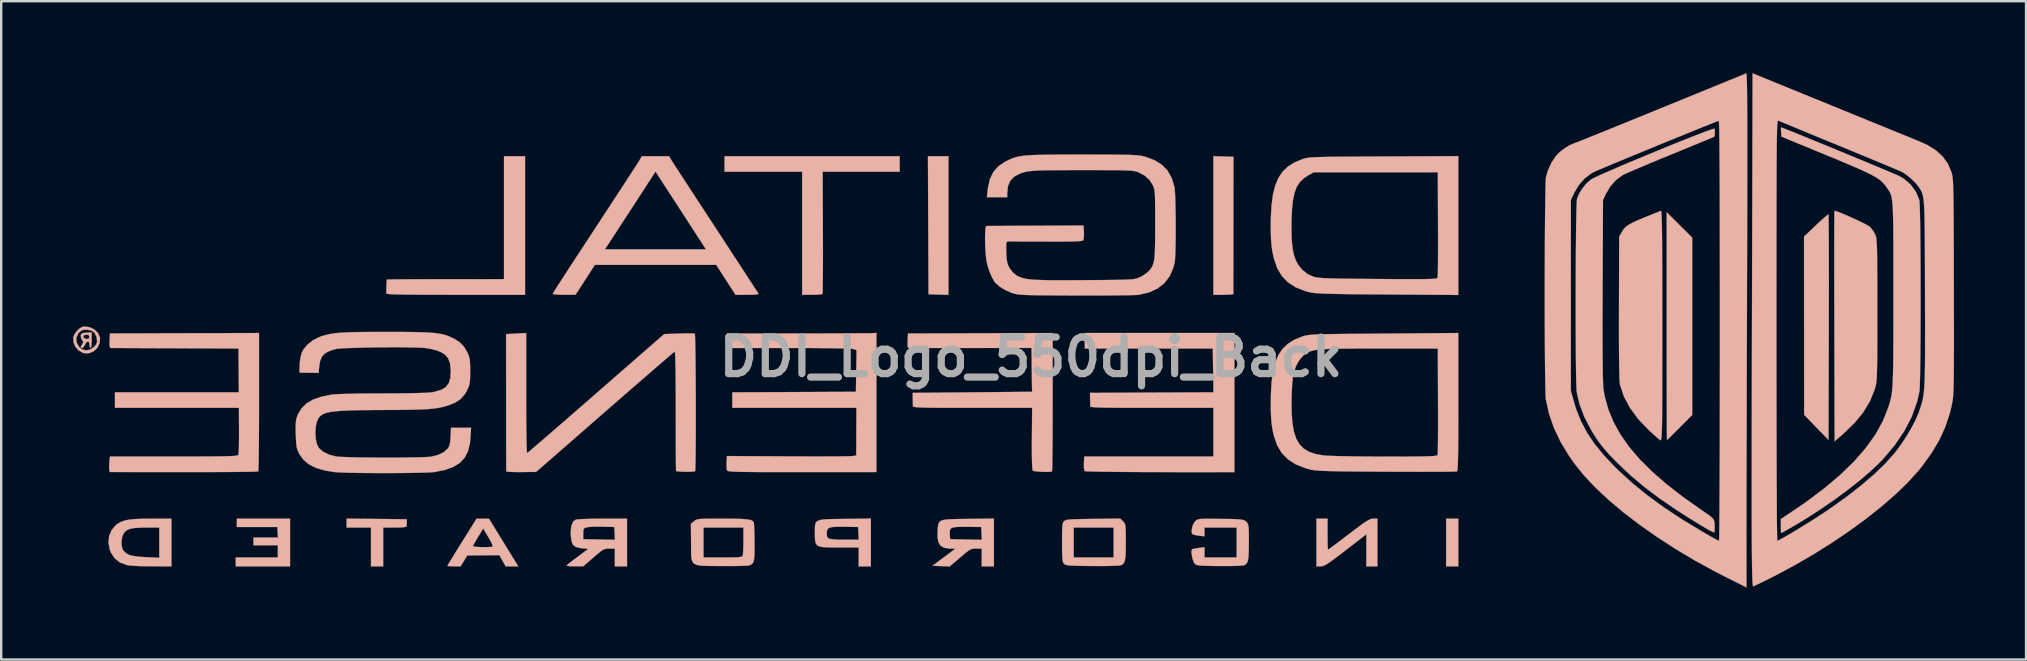
<source format=kicad_pcb>
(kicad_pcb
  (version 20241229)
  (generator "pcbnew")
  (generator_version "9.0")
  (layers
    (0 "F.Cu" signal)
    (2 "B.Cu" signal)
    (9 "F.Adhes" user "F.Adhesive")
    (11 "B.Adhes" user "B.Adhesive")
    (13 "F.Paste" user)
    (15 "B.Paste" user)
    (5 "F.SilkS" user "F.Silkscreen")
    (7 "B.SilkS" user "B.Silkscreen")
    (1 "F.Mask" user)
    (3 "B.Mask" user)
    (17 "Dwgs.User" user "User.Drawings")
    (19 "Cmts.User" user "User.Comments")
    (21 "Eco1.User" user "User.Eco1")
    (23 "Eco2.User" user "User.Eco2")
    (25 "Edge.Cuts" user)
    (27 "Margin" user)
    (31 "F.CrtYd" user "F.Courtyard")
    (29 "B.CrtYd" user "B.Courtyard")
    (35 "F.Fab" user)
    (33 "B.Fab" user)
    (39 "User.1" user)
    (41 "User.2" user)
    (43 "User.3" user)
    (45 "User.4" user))
  (footprint "DDI_Logo_550dpi_Back"
    (layer "F.Cu")
    (at 39.904 11.827)
    (property "Reference" "DDI_Logo_550dpi_Back" (at 0 0 0) (layer "F.Fab") (effects (font (size 1.524 1.524) (thickness 0.3))))
    (attr through_hole)
    (fp_poly (pts (xy 17.299 8.719) (xy 17.807 8.719) (xy 17.807 6.734) (xy 17.299 6.734) (xy 17.299 8.719)) (stroke (width 0.01) (type solid)) (fill yes) (layer "B.SilkS"))
    (fp_poly (pts (xy -4.267 -2.618) (xy -3.852 -2.605) (xy -3.437 -2.592) (xy -3.437 -8.368) (xy -4.291 -8.368) (xy -4.267 -2.618)) (stroke (width 0.01) (type solid)) (fill yes) (layer "B.SilkS"))
    (fp_poly (pts (xy -33.085 7.08) (xy -31.4 7.08) (xy -31.386 7.299) (xy -31.371 7.519) (xy -32.393 7.519) (xy -32.393 7.842) (xy -31.377 7.842) (xy -31.377 8.35) (xy -33.131 8.35) (xy -33.131 8.719) (xy -30.869 8.719) (xy -30.869 6.734) (xy -33.085 6.734) (xy -33.085 7.08)) (stroke (width 0.01) (type solid)) (fill yes) (layer "B.SilkS"))
    (fp_poly (pts (xy -28.513 7.103) (xy -27.497 7.103) (xy -27.497 8.719) (xy -26.989 8.719) (xy -26.989 7.103) (xy -26.504 7.103) (xy -26.284 7.099) (xy -26.122 7.087) (xy -26.03 7.069) (xy -26.015 7.057) (xy -26.01 6.979) (xy -26.006 6.884) (xy -26.001 6.757) (xy -27.257 6.744) (xy -28.513 6.732) (xy -28.513 7.103)) (stroke (width 0.01) (type solid)) (fill yes) (layer "B.SilkS"))
    (fp_poly (pts (xy 7.601 -2.595) (xy 8.017 -2.595) (xy 8.2 -2.599) (xy 8.342 -2.608) (xy 8.422 -2.622) (xy 8.433 -2.63) (xy 8.433 -2.681) (xy 8.433 -2.816) (xy 8.433 -3.028) (xy 8.433 -3.308) (xy 8.434 -3.649) (xy 8.434 -4.042) (xy 8.435 -4.479) (xy 8.435 -4.952) (xy 8.435 -5.454) (xy 8.435 -5.505) (xy 8.438 -8.345) (xy 8.019 -8.358) (xy 7.601 -8.371) (xy 7.601 -2.595)) (stroke (width 0.01) (type solid)) (fill yes) (layer "B.SilkS"))
    (fp_poly (pts (xy -12.765 -7.721) (xy -9.533 -7.721) (xy -9.533 -2.595) (xy -9.12 -2.595) (xy -8.934 -2.599) (xy -8.785 -2.61) (xy -8.697 -2.625) (xy -8.683 -2.634) (xy -8.679 -2.686) (xy -8.675 -2.822) (xy -8.672 -3.033) (xy -8.67 -3.311) (xy -8.668 -3.647) (xy -8.667 -4.033) (xy -8.667 -4.46) (xy -8.668 -4.92) (xy -8.669 -5.197) (xy -8.678 -7.721) (xy -7.073 -7.721) (xy -5.469 -7.721) (xy -5.469 -8.368) (xy -12.765 -8.368) (xy -12.765 -7.721)) (stroke (width 0.01) (type solid)) (fill yes) (layer "B.SilkS"))
    (fp_poly (pts (xy 26.489 -1.29) (xy 26.489 -0.636) (xy 26.49 -0.01) (xy 26.49 0.585) (xy 26.491 1.14) (xy 26.492 1.65) (xy 26.493 2.11) (xy 26.494 2.512) (xy 26.496 2.851) (xy 26.497 3.12) (xy 26.499 3.315) (xy 26.5 3.427) (xy 26.502 3.455) (xy 26.537 3.424) (xy 26.625 3.338) (xy 26.757 3.209) (xy 26.919 3.048) (xy 27.033 2.934) (xy 27.551 2.414) (xy 27.551 -4.975) (xy 27.02 -5.505) (xy 26.489 -6.034) (xy 26.489 -1.29)) (stroke (width 0.01) (type solid)) (fill yes) (layer "B.SilkS"))
    (fp_poly (pts (xy 33.188 -5.921) (xy 33.093 -5.843) (xy 32.956 -5.722) (xy 32.79 -5.57) (xy 32.707 -5.491) (xy 32.211 -5.02) (xy 32.213 -1.308) (xy 32.215 2.404) (xy 32.723 2.929) (xy 33.231 3.453) (xy 33.243 -1.238) (xy 33.244 -1.888) (xy 33.245 -2.512) (xy 33.246 -3.103) (xy 33.245 -3.655) (xy 33.245 -4.163) (xy 33.243 -4.62) (xy 33.242 -5.019) (xy 33.24 -5.355) (xy 33.237 -5.621) (xy 33.234 -5.812) (xy 33.231 -5.921) (xy 33.229 -5.945) (xy 33.188 -5.921)) (stroke (width 0.01) (type solid)) (fill yes) (layer "B.SilkS"))
    (fp_poly (pts (xy -21.955 -3.246) (xy -24.387 -3.244) (xy -24.852 -3.244) (xy -25.288 -3.243) (xy -25.687 -3.241) (xy -26.04 -3.24) (xy -26.339 -3.238) (xy -26.574 -3.235) (xy -26.739 -3.233) (xy -26.823 -3.231) (xy -26.832 -3.23) (xy -26.84 -3.181) (xy -26.848 -3.071) (xy -26.854 -2.931) (xy -26.858 -2.791) (xy -26.858 -2.683) (xy -26.856 -2.653) (xy -26.837 -2.641) (xy -26.779 -2.63) (xy -26.675 -2.621) (xy -26.521 -2.614) (xy -26.311 -2.608) (xy -26.038 -2.603) (xy -25.698 -2.6) (xy -25.285 -2.597) (xy -24.793 -2.596) (xy -24.216 -2.595) (xy -23.964 -2.595) (xy -21.078 -2.595) (xy -21.078 -8.368) (xy -21.955 -8.368) (xy -21.955 -3.246)) (stroke (width 0.01) (type solid)) (fill yes) (layer "B.SilkS"))
    (fp_poly (pts (xy 11.896 8.719) (xy 12.069 8.719) (xy 12.132 8.714) (xy 12.203 8.692) (xy 12.291 8.648) (xy 12.407 8.575) (xy 12.561 8.467) (xy 12.764 8.315) (xy 13.026 8.115) (xy 13.108 8.052) (xy 13.974 7.384) (xy 13.974 8.719) (xy 14.436 8.719) (xy 14.436 6.734) (xy 14.263 6.734) (xy 14.199 6.739) (xy 14.127 6.762) (xy 14.037 6.807) (xy 13.918 6.881) (xy 13.759 6.992) (xy 13.551 7.146) (xy 13.282 7.35) (xy 13.243 7.38) (xy 13.002 7.564) (xy 12.785 7.728) (xy 12.605 7.863) (xy 12.47 7.962) (xy 12.392 8.018) (xy 12.377 8.027) (xy 12.37 7.983) (xy 12.364 7.864) (xy 12.36 7.685) (xy 12.358 7.464) (xy 12.358 7.38) (xy 12.358 6.734) (xy 11.896 6.734) (xy 11.896 8.719)) (stroke (width 0.01) (type solid)) (fill yes) (layer "B.SilkS"))
    (fp_poly (pts (xy -23.704 7.703) (xy -23.871 7.971) (xy -24.02 8.212) (xy -24.145 8.416) (xy -24.24 8.572) (xy -24.297 8.669) (xy -24.311 8.696) (xy -24.269 8.709) (xy -24.16 8.717) (xy -24.038 8.719) (xy -23.764 8.719) (xy -23.486 8.267) (xy -22.817 8.26) (xy -22.148 8.254) (xy -21.886 8.719) (xy -21.624 8.719) (xy -21.362 8.719) (xy -21.874 7.886) (xy -22.427 7.886) (xy -22.433 7.896) (xy -22.498 7.91) (xy -22.622 7.918) (xy -22.781 7.921) (xy -22.948 7.917) (xy -23.098 7.909) (xy -23.207 7.896) (xy -23.249 7.88) (xy -23.226 7.827) (xy -23.166 7.716) (xy -23.079 7.567) (xy -23.035 7.494) (xy -22.822 7.143) (xy -22.604 7.504) (xy -22.506 7.679) (xy -22.444 7.811) (xy -22.427 7.886) (xy -21.874 7.886) (xy -22.579 6.738) (xy -22.838 6.736) (xy -23.097 6.734) (xy -23.704 7.703)) (stroke (width 0.01) (type solid)) (fill yes) (layer "B.SilkS"))
    (fp_poly (pts (xy -39.354 -1.016) (xy -39.49 -1.001) (xy -39.559 -0.971) (xy -39.586 -0.911) (xy -39.589 -0.894) (xy -39.572 -0.775) (xy -39.532 -0.706) (xy -39.484 -0.635) (xy -39.505 -0.567) (xy -39.527 -0.537) (xy -39.588 -0.436) (xy -39.577 -0.387) (xy -39.533 -0.378) (xy -39.473 -0.417) (xy -39.415 -0.51) (xy -39.412 -0.517) (xy -39.355 -0.613) (xy -39.294 -0.655) (xy -39.291 -0.656) (xy -39.242 -0.614) (xy -39.227 -0.517) (xy -39.214 -0.42) (xy -39.182 -0.378) (xy -39.181 -0.378) (xy -39.158 -0.421) (xy -39.141 -0.536) (xy -39.135 -0.702) (xy -39.135 -0.704) (xy -39.135 -0.84) (xy -39.227 -0.84) (xy -39.262 -0.767) (xy -39.348 -0.749) (xy -39.453 -0.79) (xy -39.493 -0.847) (xy -39.46 -0.902) (xy -39.367 -0.931) (xy -39.34 -0.933) (xy -39.251 -0.91) (xy -39.227 -0.84) (xy -39.135 -0.84) (xy -39.135 -1.03) (xy -39.354 -1.016)) (stroke (width 0.01) (type solid)) (fill yes) (layer "B.SilkS"))
    (fp_poly (pts (xy -39.493 -1.266) (xy -39.619 -1.209) (xy -39.747 -1.093) (xy -39.851 -0.949) (xy -39.899 -0.823) (xy -39.894 -0.62) (xy -39.815 -0.431) (xy -39.678 -0.275) (xy -39.501 -0.175) (xy -39.343 -0.148) (xy -39.209 -0.172) (xy -39.066 -0.233) (xy -39.051 -0.241) (xy -38.899 -0.383) (xy -38.806 -0.573) (xy -38.801 -0.625) (xy -38.91 -0.625) (xy -38.944 -0.53) (xy -39.033 -0.427) (xy -39.202 -0.311) (xy -39.379 -0.278) (xy -39.547 -0.33) (xy -39.662 -0.428) (xy -39.762 -0.608) (xy -39.775 -0.795) (xy -39.7 -0.972) (xy -39.67 -1.011) (xy -39.578 -1.096) (xy -39.47 -1.134) (xy -39.348 -1.14) (xy -39.149 -1.109) (xy -39.013 -1.011) (xy -38.934 -0.842) (xy -38.918 -0.757) (xy -38.91 -0.625) (xy -38.801 -0.625) (xy -38.786 -0.778) (xy -38.791 -0.815) (xy -38.869 -0.996) (xy -39.014 -1.142) (xy -39.203 -1.239) (xy -39.414 -1.272) (xy -39.493 -1.266)) (stroke (width 0.01) (type solid)) (fill yes) (layer "B.SilkS"))
    (fp_poly (pts (xy -7.753 6.743) (xy -8.125 6.747) (xy -8.415 6.753) (xy -8.633 6.766) (xy -8.789 6.79) (xy -8.893 6.83) (xy -8.957 6.891) (xy -8.989 6.978) (xy -9.001 7.096) (xy -9.002 7.25) (xy -9.001 7.34) (xy -9 7.533) (xy -8.988 7.679) (xy -8.955 7.784) (xy -8.888 7.856) (xy -8.777 7.9) (xy -8.61 7.923) (xy -8.376 7.933) (xy -8.064 7.934) (xy -7.98 7.934) (xy -7.177 7.934) (xy -7.177 8.719) (xy -6.669 8.719) (xy -6.669 7.611) (xy -7.173 7.611) (xy -7.767 7.611) (xy -8.06 7.607) (xy -8.267 7.594) (xy -8.396 7.572) (xy -8.442 7.551) (xy -8.499 7.473) (xy -8.51 7.339) (xy -8.508 7.312) (xy -8.493 7.219) (xy -8.457 7.152) (xy -8.385 7.108) (xy -8.266 7.082) (xy -8.086 7.071) (xy -7.832 7.07) (xy -7.718 7.072) (xy -7.2 7.08) (xy -7.187 7.345) (xy -7.173 7.611) (xy -6.669 7.611) (xy -6.669 6.729) (xy -7.753 6.743)) (stroke (width 0.01) (type solid)) (fill yes) (layer "B.SilkS"))
    (fp_poly (pts (xy 2.244 -0.679) (xy 2.244 -0.355) (xy 7.578 -0.355) (xy 7.59 0.556) (xy 7.603 1.468) (xy 5.033 1.48) (xy 2.462 1.492) (xy 2.465 1.734) (xy 2.468 1.886) (xy 2.47 2.006) (xy 2.472 2.046) (xy 2.481 2.061) (xy 2.512 2.074) (xy 2.573 2.085) (xy 2.669 2.093) (xy 2.807 2.1) (xy 2.996 2.105) (xy 3.241 2.109) (xy 3.549 2.112) (xy 3.927 2.114) (xy 4.383 2.115) (xy 4.923 2.115) (xy 5.038 2.115) (xy 7.601 2.115) (xy 7.601 4.143) (xy 4.911 4.143) (xy 2.221 4.143) (xy 2.207 4.429) (xy 2.207 4.62) (xy 2.231 4.728) (xy 2.252 4.753) (xy 2.307 4.759) (xy 2.447 4.765) (xy 2.663 4.771) (xy 2.949 4.776) (xy 3.296 4.781) (xy 3.697 4.785) (xy 4.143 4.788) (xy 4.628 4.791) (xy 5.142 4.792) (xy 5.395 4.793) (xy 8.478 4.796) (xy 8.478 1.897) (xy 8.478 -1.002) (xy 2.244 -1.002) (xy 2.244 -0.679)) (stroke (width 0.01) (type solid)) (fill yes) (layer "B.SilkS"))
    (fp_poly (pts (xy -37.04 6.737) (xy -37.346 6.751) (xy -37.587 6.776) (xy -37.776 6.815) (xy -37.928 6.871) (xy -38.056 6.946) (xy -38.123 6.998) (xy -38.302 7.206) (xy -38.407 7.456) (xy -38.434 7.733) (xy -38.382 8.02) (xy -38.33 8.151) (xy -38.172 8.389) (xy -37.95 8.562) (xy -37.663 8.668) (xy -37.657 8.67) (xy -37.542 8.685) (xy -37.355 8.699) (xy -37.116 8.71) (xy -36.844 8.716) (xy -36.63 8.718) (xy -35.81 8.719) (xy -35.81 7.103) (xy -36.318 7.103) (xy -36.318 8.362) (xy -36.861 8.338) (xy -37.139 8.32) (xy -37.369 8.292) (xy -37.534 8.257) (xy -37.573 8.244) (xy -37.706 8.167) (xy -37.809 8.07) (xy -37.819 8.056) (xy -37.878 7.9) (xy -37.893 7.701) (xy -37.864 7.5) (xy -37.82 7.382) (xy -37.747 7.275) (xy -37.645 7.198) (xy -37.5 7.147) (xy -37.298 7.117) (xy -37.025 7.104) (xy -36.874 7.103) (xy -36.318 7.103) (xy -35.81 7.103) (xy -35.81 6.734) (xy -36.656 6.734) (xy -37.04 6.737)) (stroke (width 0.01) (type solid)) (fill yes) (layer "B.SilkS"))
    (fp_poly (pts (xy -2.627 6.743) (xy -2.995 6.747) (xy -3.281 6.754) (xy -3.496 6.766) (xy -3.65 6.788) (xy -3.754 6.824) (xy -3.819 6.878) (xy -3.856 6.954) (xy -3.874 7.056) (xy -3.884 7.189) (xy -3.887 7.231) (xy -3.891 7.514) (xy -3.852 7.722) (xy -3.762 7.862) (xy -3.617 7.945) (xy -3.408 7.979) (xy -3.329 7.98) (xy -3.143 7.98) (xy -3.622 8.338) (xy -4.101 8.696) (xy -3.744 8.71) (xy -3.386 8.723) (xy -2.954 8.352) (xy -2.771 8.196) (xy -2.64 8.092) (xy -2.543 8.028) (xy -2.46 7.995) (xy -2.375 7.982) (xy -2.287 7.98) (xy -2.051 7.98) (xy -2.051 8.719) (xy -1.543 8.719) (xy -1.543 7.614) (xy -2.046 7.614) (xy -2.707 7.601) (xy -3.367 7.588) (xy -3.381 7.368) (xy -3.383 7.257) (xy -3.363 7.177) (xy -3.308 7.123) (xy -3.207 7.091) (xy -3.046 7.076) (xy -2.814 7.072) (xy -2.627 7.073) (xy -2.074 7.08) (xy -2.06 7.347) (xy -2.046 7.614) (xy -1.543 7.614) (xy -1.543 6.729) (xy -2.627 6.743)) (stroke (width 0.01) (type solid)) (fill yes) (layer "B.SilkS"))
    (fp_poly (pts (xy -18.146 6.735) (xy -18.423 6.741) (xy -18.66 6.749) (xy -18.841 6.76) (xy -18.95 6.772) (xy -18.969 6.777) (xy -19.079 6.867) (xy -19.148 7.035) (xy -19.175 7.275) (xy -19.169 7.456) (xy -19.14 7.674) (xy -19.081 7.818) (xy -18.977 7.905) (xy -18.811 7.953) (xy -18.708 7.966) (xy -18.447 7.993) (xy -18.873 8.313) (xy -19.047 8.443) (xy -19.194 8.556) (xy -19.299 8.639) (xy -19.344 8.676) (xy -19.326 8.698) (xy -19.223 8.713) (xy -19.043 8.718) (xy -19.021 8.718) (xy -18.653 8.718) (xy -18.229 8.349) (xy -18.049 8.194) (xy -17.919 8.09) (xy -17.822 8.026) (xy -17.74 7.994) (xy -17.655 7.982) (xy -17.571 7.98) (xy -17.337 7.98) (xy -17.337 8.719) (xy -16.829 8.719) (xy -16.829 7.614) (xy -17.333 7.614) (xy -17.993 7.601) (xy -18.653 7.588) (xy -18.653 7.36) (xy -18.649 7.223) (xy -18.627 7.15) (xy -18.569 7.112) (xy -18.502 7.093) (xy -18.393 7.078) (xy -18.219 7.068) (xy -18.007 7.065) (xy -17.856 7.067) (xy -17.36 7.08) (xy -17.346 7.347) (xy -17.333 7.614) (xy -16.829 7.614) (xy -16.829 6.734) (xy -17.842 6.734) (xy -18.146 6.735)) (stroke (width 0.01) (type solid)) (fill yes) (layer "B.SilkS"))
    (fp_poly (pts (xy 33.478 -6.089) (xy 33.476 -6.042) (xy 33.474 -5.908) (xy 33.473 -5.695) (xy 33.472 -5.407) (xy 33.471 -5.051) (xy 33.47 -4.633) (xy 33.47 -4.16) (xy 33.47 -3.637) (xy 33.471 -3.07) (xy 33.472 -2.466) (xy 33.473 -1.83) (xy 33.474 -1.282) (xy 33.486 3.509) (xy 33.855 3.188) (xy 34.309 2.751) (xy 34.675 2.305) (xy 34.954 1.844) (xy 35.15 1.365) (xy 35.194 1.212) (xy 35.209 1.145) (xy 35.222 1.061) (xy 35.233 0.953) (xy 35.242 0.815) (xy 35.249 0.638) (xy 35.254 0.415) (xy 35.259 0.14) (xy 35.262 -0.194) (xy 35.263 -0.595) (xy 35.264 -1.07) (xy 35.264 -1.627) (xy 35.264 -1.99) (xy 35.264 -2.585) (xy 35.263 -3.095) (xy 35.261 -3.526) (xy 35.259 -3.887) (xy 35.256 -4.183) (xy 35.252 -4.423) (xy 35.246 -4.613) (xy 35.239 -4.761) (xy 35.23 -4.874) (xy 35.22 -4.958) (xy 35.207 -5.021) (xy 35.192 -5.07) (xy 35.176 -5.108) (xy 35.088 -5.261) (xy 34.978 -5.402) (xy 34.954 -5.426) (xy 34.88 -5.475) (xy 34.746 -5.548) (xy 34.567 -5.638) (xy 34.361 -5.735) (xy 34.143 -5.834) (xy 33.932 -5.927) (xy 33.744 -6.005) (xy 33.594 -6.062) (xy 33.501 -6.09) (xy 33.478 -6.089)) (stroke (width 0.01) (type solid)) (fill yes) (layer "B.SilkS"))
    (fp_poly (pts (xy 2.592 6.743) (xy 2.236 6.748) (xy 1.961 6.753) (xy 1.755 6.76) (xy 1.607 6.77) (xy 1.506 6.783) (xy 1.44 6.801) (xy 1.398 6.823) (xy 1.379 6.839) (xy 1.349 6.879) (xy 1.327 6.937) (xy 1.313 7.028) (xy 1.303 7.165) (xy 1.299 7.363) (xy 1.297 7.635) (xy 1.297 7.727) (xy 1.298 8.022) (xy 1.302 8.24) (xy 1.31 8.392) (xy 1.323 8.495) (xy 1.342 8.561) (xy 1.37 8.604) (xy 1.379 8.614) (xy 1.414 8.64) (xy 1.465 8.661) (xy 1.544 8.676) (xy 1.664 8.687) (xy 1.836 8.695) (xy 2.071 8.7) (xy 2.381 8.704) (xy 2.557 8.706) (xy 2.871 8.707) (xy 3.159 8.705) (xy 3.406 8.699) (xy 3.597 8.691) (xy 3.719 8.681) (xy 3.753 8.674) (xy 3.823 8.635) (xy 3.875 8.576) (xy 3.911 8.485) (xy 3.934 8.347) (xy 3.947 8.15) (xy 3.952 7.88) (xy 3.953 7.704) (xy 3.952 7.426) (xy 3.949 7.225) (xy 3.943 7.103) (xy 3.445 7.103) (xy 3.445 8.35) (xy 1.782 8.35) (xy 1.782 7.103) (xy 3.445 7.103) (xy 3.943 7.103) (xy 3.942 7.086) (xy 3.929 6.993) (xy 3.906 6.93) (xy 3.874 6.883) (xy 3.837 6.845) (xy 3.721 6.729) (xy 2.592 6.743)) (stroke (width 0.01) (type solid)) (fill yes) (layer "B.SilkS"))
    (fp_poly (pts (xy -6.542 -0.998) (xy -6.605 -0.996) (xy -6.753 -0.994) (xy -6.977 -0.992) (xy -7.269 -0.99) (xy -7.622 -0.988) (xy -8.026 -0.987) (xy -8.476 -0.985) (xy -8.961 -0.984) (xy -9.475 -0.983) (xy -9.66 -0.983) (xy -12.673 -0.979) (xy -12.673 -0.378) (xy -10.09 -0.378) (xy -9.505 -0.378) (xy -8.982 -0.375) (xy -8.524 -0.371) (xy -8.137 -0.366) (xy -7.824 -0.359) (xy -7.591 -0.351) (xy -7.443 -0.341) (xy -7.385 -0.332) (xy -7.264 -0.286) (xy -7.278 0.58) (xy -7.293 1.446) (xy -9.867 1.458) (xy -12.442 1.47) (xy -12.442 2.115) (xy -7.271 2.115) (xy -7.275 3.107) (xy -7.279 4.099) (xy -7.424 4.125) (xy -7.497 4.13) (xy -7.653 4.133) (xy -7.884 4.137) (xy -8.179 4.139) (xy -8.532 4.14) (xy -8.932 4.141) (xy -9.37 4.14) (xy -9.838 4.139) (xy -10.118 4.138) (xy -12.666 4.124) (xy -12.681 4.393) (xy -12.683 4.551) (xy -12.673 4.677) (xy -12.659 4.729) (xy -12.641 4.742) (xy -12.598 4.753) (xy -12.525 4.763) (xy -12.415 4.771) (xy -12.262 4.778) (xy -12.06 4.783) (xy -11.802 4.787) (xy -11.483 4.79) (xy -11.095 4.792) (xy -10.633 4.793) (xy -10.091 4.793) (xy -9.53 4.793) (xy -6.438 4.791) (xy -6.438 -1.01) (xy -6.542 -0.998)) (stroke (width 0.01) (type solid)) (fill yes) (layer "B.SilkS"))
    (fp_poly (pts (xy 25.854 -5.935) (xy 25.538 -5.807) (xy 25.289 -5.702) (xy 25.096 -5.614) (xy 24.951 -5.539) (xy 24.844 -5.471) (xy 24.764 -5.405) (xy 24.702 -5.335) (xy 24.648 -5.256) (xy 24.617 -5.204) (xy 24.509 -5.02) (xy 24.501 -2.041) (xy 24.5 -1.341) (xy 24.5 -0.731) (xy 24.503 -0.21) (xy 24.507 0.225) (xy 24.512 0.575) (xy 24.52 0.843) (xy 24.53 1.031) (xy 24.541 1.141) (xy 24.544 1.154) (xy 24.703 1.634) (xy 24.953 2.106) (xy 25.29 2.567) (xy 25.712 3.013) (xy 25.714 3.015) (xy 25.883 3.172) (xy 26.035 3.307) (xy 26.152 3.408) (xy 26.22 3.459) (xy 26.222 3.46) (xy 26.235 3.464) (xy 26.247 3.458) (xy 26.257 3.436) (xy 26.266 3.394) (xy 26.274 3.325) (xy 26.281 3.226) (xy 26.286 3.091) (xy 26.291 2.915) (xy 26.295 2.692) (xy 26.298 2.417) (xy 26.3 2.086) (xy 26.302 1.693) (xy 26.303 1.233) (xy 26.304 0.7) (xy 26.304 0.091) (xy 26.305 -0.602) (xy 26.305 -1.305) (xy 26.304 -2.104) (xy 26.304 -2.814) (xy 26.303 -3.441) (xy 26.301 -3.989) (xy 26.299 -4.462) (xy 26.296 -4.865) (xy 26.292 -5.201) (xy 26.288 -5.477) (xy 26.283 -5.696) (xy 26.277 -5.862) (xy 26.27 -5.979) (xy 26.262 -6.053) (xy 26.253 -6.088) (xy 26.247 -6.092) (xy 25.854 -5.935)) (stroke (width 0.01) (type solid)) (fill yes) (layer "B.SilkS"))
    (fp_poly (pts (xy 7.191 6.738) (xy 7.067 6.745) (xy 6.983 6.758) (xy 6.925 6.777) (xy 6.882 6.805) (xy 6.848 6.835) (xy 6.772 6.942) (xy 6.719 7.088) (xy 6.695 7.238) (xy 6.71 7.354) (xy 6.718 7.369) (xy 6.777 7.398) (xy 6.896 7.427) (xy 6.989 7.44) (xy 7.231 7.468) (xy 7.231 7.103) (xy 8.571 7.103) (xy 8.571 8.35) (xy 7.231 8.35) (xy 7.231 7.922) (xy 6.992 7.954) (xy 6.849 7.976) (xy 6.745 7.998) (xy 6.715 8.009) (xy 6.691 8.071) (xy 6.694 8.189) (xy 6.717 8.334) (xy 6.756 8.474) (xy 6.803 8.58) (xy 6.822 8.604) (xy 6.858 8.635) (xy 6.906 8.659) (xy 6.979 8.676) (xy 7.091 8.688) (xy 7.253 8.696) (xy 7.479 8.701) (xy 7.783 8.706) (xy 7.845 8.706) (xy 8.135 8.707) (xy 8.399 8.704) (xy 8.62 8.698) (xy 8.784 8.688) (xy 8.873 8.676) (xy 8.879 8.674) (xy 8.95 8.635) (xy 9.002 8.576) (xy 9.038 8.483) (xy 9.061 8.344) (xy 9.073 8.146) (xy 9.078 7.875) (xy 9.079 7.712) (xy 9.08 7.417) (xy 9.077 7.19) (xy 9.059 7.021) (xy 9.015 6.903) (xy 8.935 6.825) (xy 8.808 6.779) (xy 8.624 6.757) (xy 8.372 6.748) (xy 8.041 6.744) (xy 7.934 6.743) (xy 7.611 6.738) (xy 7.368 6.736) (xy 7.191 6.738)) (stroke (width 0.01) (type solid)) (fill yes) (layer "B.SilkS"))
    (fp_poly (pts (xy -13.197 6.734) (xy -13.456 6.735) (xy -13.648 6.739) (xy -13.784 6.747) (xy -13.879 6.759) (xy -13.944 6.777) (xy -13.991 6.802) (xy -14.033 6.836) (xy -14.041 6.842) (xy -14.167 6.95) (xy -14.16 7.728) (xy -14.16 8.015) (xy -14.157 8.239) (xy -14.141 8.408) (xy -14.102 8.53) (xy -14.03 8.612) (xy -13.915 8.663) (xy -13.747 8.69) (xy -13.515 8.701) (xy -13.21 8.704) (xy -12.891 8.706) (xy -12.581 8.707) (xy -12.297 8.705) (xy -12.055 8.7) (xy -11.869 8.693) (xy -11.753 8.683) (xy -11.725 8.677) (xy -11.649 8.639) (xy -11.594 8.591) (xy -11.556 8.518) (xy -11.532 8.406) (xy -11.52 8.242) (xy -11.515 8.012) (xy -11.516 7.729) (xy -11.519 7.468) (xy -11.525 7.236) (xy -11.531 7.103) (xy -11.98 7.103) (xy -11.98 7.653) (xy -11.982 7.875) (xy -11.989 8.068) (xy -11.998 8.209) (xy -12.008 8.277) (xy -12.03 8.304) (xy -12.079 8.323) (xy -12.168 8.336) (xy -12.311 8.345) (xy -12.52 8.349) (xy -12.806 8.35) (xy -12.839 8.35) (xy -13.643 8.35) (xy -13.643 7.103) (xy -11.98 7.103) (xy -11.531 7.103) (xy -11.533 7.051) (xy -11.543 6.929) (xy -11.549 6.892) (xy -11.579 6.844) (xy -11.635 6.806) (xy -11.726 6.778) (xy -11.864 6.758) (xy -12.058 6.745) (xy -12.319 6.737) (xy -12.656 6.734) (xy -12.858 6.734) (xy -13.197 6.734)) (stroke (width 0.01) (type solid)) (fill yes) (layer "B.SilkS"))
    (fp_poly (pts (xy -35.267 -0.993) (xy -38.373 -0.984) (xy -38.387 -0.681) (xy -38.391 -0.517) (xy -38.383 -0.426) (xy -38.357 -0.386) (xy -38.317 -0.378) (xy -38.257 -0.378) (xy -38.113 -0.378) (xy -37.893 -0.377) (xy -37.607 -0.375) (xy -37.263 -0.374) (xy -36.869 -0.372) (xy -36.435 -0.37) (xy -35.968 -0.368) (xy -35.625 -0.367) (xy -33.016 -0.355) (xy -33.003 1.469) (xy -38.165 1.469) (xy -38.165 2.115) (xy -32.999 2.115) (xy -32.995 3.055) (xy -32.995 3.344) (xy -32.997 3.605) (xy -33.002 3.821) (xy -33.009 3.979) (xy -33.017 4.063) (xy -33.019 4.069) (xy -33.032 4.085) (xy -33.062 4.098) (xy -33.116 4.109) (xy -33.201 4.119) (xy -33.324 4.126) (xy -33.492 4.132) (xy -33.712 4.136) (xy -33.991 4.139) (xy -34.336 4.142) (xy -34.754 4.143) (xy -35.252 4.144) (xy -35.71 4.144) (xy -38.373 4.144) (xy -38.396 4.342) (xy -38.407 4.499) (xy -38.405 4.64) (xy -38.403 4.665) (xy -38.386 4.79) (xy -35.306 4.793) (xy -34.78 4.793) (xy -34.283 4.792) (xy -33.82 4.79) (xy -33.399 4.788) (xy -33.029 4.785) (xy -32.717 4.781) (xy -32.471 4.777) (xy -32.298 4.772) (xy -32.206 4.767) (xy -32.193 4.764) (xy -32.188 4.713) (xy -32.182 4.578) (xy -32.178 4.367) (xy -32.173 4.087) (xy -32.169 3.747) (xy -32.166 3.354) (xy -32.164 2.916) (xy -32.162 2.442) (xy -32.162 1.939) (xy -32.162 1.865) (xy -32.162 -1.002) (xy -35.267 -0.993)) (stroke (width 0.01) (type solid)) (fill yes) (layer "B.SilkS"))
    (fp_poly (pts (xy -2.109 -0.992) (xy -5.122 -0.982) (xy -5.136 -0.68) (xy -5.141 -0.518) (xy -5.134 -0.428) (xy -5.109 -0.388) (xy -5.059 -0.378) (xy -5.043 -0.378) (xy -4.978 -0.378) (xy -4.829 -0.378) (xy -4.606 -0.378) (xy -4.317 -0.378) (xy -3.972 -0.378) (xy -3.578 -0.378) (xy -3.146 -0.378) (xy -2.684 -0.378) (xy -2.455 -0.378) (xy 0.027 -0.38) (xy 0.034 0.417) (xy 0.037 0.688) (xy 0.039 0.933) (xy 0.042 1.135) (xy 0.044 1.275) (xy 0.046 1.33) (xy 0.05 1.446) (xy -4.927 1.492) (xy -4.924 1.734) (xy -4.921 1.886) (xy -4.919 2.006) (xy -4.917 2.046) (xy -4.908 2.061) (xy -4.876 2.074) (xy -4.816 2.085) (xy -4.719 2.094) (xy -4.579 2.101) (xy -4.388 2.106) (xy -4.141 2.11) (xy -3.829 2.113) (xy -3.446 2.114) (xy -2.984 2.115) (xy -2.438 2.115) (xy -2.432 2.115) (xy 0.05 2.115) (xy 0.04 3.394) (xy 0.038 3.778) (xy 0.04 4.109) (xy 0.046 4.377) (xy 0.054 4.575) (xy 0.065 4.694) (xy 0.074 4.726) (xy 0.137 4.749) (xy 0.263 4.768) (xy 0.426 4.78) (xy 0.597 4.785) (xy 0.748 4.783) (xy 0.851 4.77) (xy 0.878 4.759) (xy 0.883 4.709) (xy 0.887 4.575) (xy 0.891 4.365) (xy 0.895 4.086) (xy 0.898 3.746) (xy 0.901 3.354) (xy 0.903 2.917) (xy 0.904 2.443) (xy 0.905 1.94) (xy 0.905 1.865) (xy 0.905 -1.002) (xy -2.109 -0.992)) (stroke (width 0.01) (type solid)) (fill yes) (layer "B.SilkS"))
    (fp_poly (pts (xy -16.301 -8.213) (xy -16.324 -8.175) (xy -16.362 -8.114) (xy -16.418 -8.026) (xy -16.494 -7.908) (xy -16.593 -7.755) (xy -16.717 -7.564) (xy -16.869 -7.33) (xy -17.053 -7.049) (xy -17.269 -6.718) (xy -17.521 -6.332) (xy -17.812 -5.888) (xy -18.144 -5.381) (xy -18.519 -4.807) (xy -18.941 -4.163) (xy -19.257 -3.68) (xy -19.435 -3.407) (xy -19.595 -3.16) (xy -19.731 -2.947) (xy -19.835 -2.781) (xy -19.901 -2.672) (xy -19.923 -2.63) (xy -19.88 -2.615) (xy -19.764 -2.604) (xy -19.595 -2.597) (xy -19.45 -2.595) (xy -18.977 -2.596) (xy -18.877 -2.746) (xy -18.813 -2.844) (xy -18.713 -2.998) (xy -18.591 -3.187) (xy -18.474 -3.369) (xy -18.17 -3.842) (xy -15.641 -3.841) (xy -13.112 -3.84) (xy -12.71 -3.218) (xy -12.308 -2.595) (xy -11.818 -2.595) (xy -11.594 -2.598) (xy -11.45 -2.606) (xy -11.376 -2.621) (xy -11.359 -2.646) (xy -11.362 -2.653) (xy -11.398 -2.71) (xy -11.475 -2.83) (xy -11.584 -2.997) (xy -11.714 -3.197) (xy -11.788 -3.311) (xy -12.118 -3.816) (xy -12.456 -4.334) (xy -12.557 -4.489) (xy -13.54 -4.489) (xy -17.749 -4.489) (xy -17.005 -5.632) (xy -16.797 -5.951) (xy -16.588 -6.271) (xy -16.39 -6.577) (xy -16.211 -6.852) (xy -16.061 -7.082) (xy -15.953 -7.25) (xy -15.951 -7.252) (xy -15.642 -7.729) (xy -14.657 -6.213) (xy -14.437 -5.874) (xy -14.231 -5.555) (xy -14.044 -5.268) (xy -13.883 -5.019) (xy -13.753 -4.819) (xy -13.66 -4.676) (xy -13.611 -4.599) (xy -13.606 -4.593) (xy -13.54 -4.489) (xy -12.557 -4.489) (xy -12.794 -4.852) (xy -13.124 -5.357) (xy -13.437 -5.835) (xy -13.724 -6.275) (xy -13.979 -6.663) (xy -14.188 -6.982) (xy -14.361 -7.247) (xy -14.529 -7.505) (xy -14.681 -7.739) (xy -14.807 -7.933) (xy -14.894 -8.069) (xy -14.9 -8.079) (xy -15.083 -8.368) (xy -16.211 -8.368) (xy -16.301 -8.213)) (stroke (width 0.01) (type solid)) (fill yes) (layer "B.SilkS"))
    (fp_poly (pts (xy -21.868 -0.956) (xy -21.866 1.884) (xy -21.866 2.388) (xy -21.865 2.865) (xy -21.865 3.306) (xy -21.865 3.704) (xy -21.864 4.05) (xy -21.864 4.337) (xy -21.864 4.556) (xy -21.864 4.7) (xy -21.864 4.76) (xy -21.864 4.761) (xy -21.82 4.774) (xy -21.701 4.784) (xy -21.523 4.79) (xy -21.304 4.792) (xy -21.24 4.791) (xy -20.617 4.785) (xy -17.75 2.284) (xy -17.309 1.899) (xy -16.888 1.533) (xy -16.491 1.188) (xy -16.125 0.87) (xy -15.794 0.584) (xy -15.504 0.333) (xy -15.259 0.122) (xy -15.066 -0.043) (xy -14.929 -0.16) (xy -14.854 -0.222) (xy -14.84 -0.232) (xy -14.831 -0.19) (xy -14.822 -0.061) (xy -14.815 0.15) (xy -14.809 0.439) (xy -14.804 0.8) (xy -14.8 1.228) (xy -14.798 1.719) (xy -14.797 2.25) (xy -14.797 2.721) (xy -14.796 3.163) (xy -14.796 3.567) (xy -14.794 3.926) (xy -14.793 4.231) (xy -14.791 4.473) (xy -14.789 4.645) (xy -14.787 4.737) (xy -14.786 4.751) (xy -14.679 4.766) (xy -14.528 4.776) (xy -14.358 4.78) (xy -14.195 4.778) (xy -14.066 4.771) (xy -13.997 4.758) (xy -13.993 4.754) (xy -13.986 4.698) (xy -13.98 4.56) (xy -13.975 4.349) (xy -13.971 4.076) (xy -13.968 3.75) (xy -13.966 3.381) (xy -13.964 2.978) (xy -13.964 2.551) (xy -13.964 2.109) (xy -13.965 1.663) (xy -13.967 1.221) (xy -13.97 0.795) (xy -13.973 0.392) (xy -13.977 0.023) (xy -13.982 -0.302) (xy -13.987 -0.574) (xy -13.993 -0.784) (xy -13.999 -0.921) (xy -14.007 -0.975) (xy -14.007 -0.976) (xy -14.066 -0.984) (xy -14.2 -0.987) (xy -14.388 -0.986) (xy -14.614 -0.981) (xy -14.666 -0.979) (xy -15.282 -0.956) (xy -18.115 1.515) (xy -18.553 1.897) (xy -18.972 2.261) (xy -19.365 2.604) (xy -19.729 2.919) (xy -20.057 3.203) (xy -20.344 3.451) (xy -20.585 3.659) (xy -20.774 3.821) (xy -20.908 3.934) (xy -20.979 3.993) (xy -20.99 4.001) (xy -20.999 3.959) (xy -21.007 3.831) (xy -21.014 3.623) (xy -21.02 3.34) (xy -21.025 2.989) (xy -21.028 2.575) (xy -21.031 2.105) (xy -21.032 1.585) (xy -21.032 1.507) (xy -21.032 -1.002) (xy -21.868 -0.956)) (stroke (width 0.01) (type solid)) (fill yes) (layer "B.SilkS"))
    (fp_poly (pts (xy 14.701 -8.358) (xy 14.089 -8.355) (xy 13.562 -8.352) (xy 13.114 -8.349) (xy 12.736 -8.346) (xy 12.422 -8.342) (xy 12.165 -8.337) (xy 11.958 -8.331) (xy 11.792 -8.324) (xy 11.663 -8.315) (xy 11.561 -8.305) (xy 11.481 -8.292) (xy 11.415 -8.278) (xy 11.355 -8.261) (xy 11.307 -8.245) (xy 10.983 -8.11) (xy 10.712 -7.941) (xy 10.49 -7.729) (xy 10.314 -7.468) (xy 10.18 -7.151) (xy 10.084 -6.77) (xy 10.024 -6.318) (xy 9.996 -5.787) (xy 9.992 -5.526) (xy 9.995 -5.156) (xy 10.007 -4.855) (xy 10.03 -4.599) (xy 10.066 -4.365) (xy 10.118 -4.129) (xy 10.125 -4.099) (xy 10.261 -3.704) (xy 10.457 -3.375) (xy 10.715 -3.108) (xy 11.042 -2.9) (xy 11.442 -2.745) (xy 11.611 -2.701) (xy 11.688 -2.685) (xy 11.784 -2.672) (xy 11.906 -2.661) (xy 12.063 -2.651) (xy 12.261 -2.642) (xy 12.506 -2.635) (xy 12.807 -2.629) (xy 13.17 -2.623) (xy 13.602 -2.618) (xy 14.111 -2.613) (xy 14.703 -2.609) (xy 14.863 -2.608) (xy 17.807 -2.588) (xy 17.807 -4.683) (xy 16.963 -4.683) (xy 16.962 -4.307) (xy 16.96 -3.976) (xy 16.957 -3.701) (xy 16.953 -3.491) (xy 16.948 -3.355) (xy 16.944 -3.304) (xy 16.929 -3.289) (xy 16.892 -3.276) (xy 16.827 -3.266) (xy 16.726 -3.258) (xy 16.581 -3.252) (xy 16.387 -3.248) (xy 16.135 -3.246) (xy 15.818 -3.246) (xy 15.43 -3.247) (xy 14.964 -3.249) (xy 14.464 -3.253) (xy 13.918 -3.257) (xy 13.456 -3.261) (xy 13.071 -3.266) (xy 12.754 -3.271) (xy 12.497 -3.277) (xy 12.292 -3.284) (xy 12.131 -3.293) (xy 12.006 -3.304) (xy 11.909 -3.317) (xy 11.832 -3.332) (xy 11.767 -3.35) (xy 11.757 -3.353) (xy 11.532 -3.455) (xy 11.328 -3.617) (xy 11.29 -3.656) (xy 11.151 -3.823) (xy 11.042 -4.014) (xy 10.96 -4.241) (xy 10.903 -4.514) (xy 10.868 -4.844) (xy 10.854 -5.243) (xy 10.857 -5.712) (xy 10.877 -6.168) (xy 10.918 -6.543) (xy 10.983 -6.848) (xy 11.076 -7.093) (xy 11.202 -7.289) (xy 11.363 -7.446) (xy 11.526 -7.555) (xy 11.78 -7.698) (xy 16.953 -7.698) (xy 16.961 -5.536) (xy 16.963 -5.096) (xy 16.963 -4.683) (xy 17.807 -4.683) (xy 17.807 -8.373) (xy 14.701 -8.358)) (stroke (width 0.01) (type solid)) (fill yes) (layer "B.SilkS"))
    (fp_poly (pts (xy 28.432 -9.508) (xy 28.309 -9.468) (xy 28.119 -9.399) (xy 27.871 -9.305) (xy 27.573 -9.19) (xy 27.236 -9.057) (xy 26.868 -8.909) (xy 26.478 -8.751) (xy 26.076 -8.586) (xy 25.669 -8.418) (xy 25.267 -8.251) (xy 24.879 -8.088) (xy 24.515 -7.934) (xy 24.182 -7.79) (xy 23.89 -7.663) (xy 23.649 -7.554) (xy 23.466 -7.469) (xy 23.352 -7.409) (xy 23.326 -7.393) (xy 23.134 -7.221) (xy 22.958 -7.002) (xy 22.821 -6.769) (xy 22.754 -6.59) (xy 22.745 -6.508) (xy 22.737 -6.342) (xy 22.729 -6.101) (xy 22.722 -5.793) (xy 22.716 -5.427) (xy 22.711 -5.01) (xy 22.707 -4.553) (xy 22.703 -4.062) (xy 22.701 -3.548) (xy 22.699 -3.017) (xy 22.698 -2.479) (xy 22.698 -1.943) (xy 22.698 -1.416) (xy 22.7 -0.907) (xy 22.703 -0.425) (xy 22.706 0.021) (xy 22.71 0.424) (xy 22.716 0.775) (xy 22.722 1.065) (xy 22.729 1.286) (xy 22.738 1.429) (xy 22.742 1.47) (xy 22.863 1.979) (xy 23.055 2.487) (xy 23.327 3.011) (xy 23.339 3.032) (xy 23.509 3.311) (xy 23.677 3.557) (xy 23.86 3.792) (xy 24.073 4.035) (xy 24.335 4.309) (xy 24.453 4.428) (xy 24.982 4.928) (xy 25.558 5.412) (xy 26.192 5.89) (xy 26.897 6.372) (xy 27.459 6.729) (xy 27.774 6.923) (xy 28.019 7.071) (xy 28.203 7.179) (xy 28.333 7.251) (xy 28.417 7.29) (xy 28.463 7.303) (xy 28.48 7.292) (xy 28.481 7.29) (xy 28.485 7.209) (xy 28.487 7.126) (xy 28.486 6.979) (xy 28.478 6.87) (xy 28.449 6.783) (xy 28.39 6.704) (xy 28.289 6.617) (xy 28.134 6.507) (xy 27.926 6.365) (xy 27.156 5.821) (xy 26.474 5.291) (xy 25.877 4.77) (xy 25.361 4.256) (xy 24.925 3.745) (xy 24.565 3.232) (xy 24.277 2.715) (xy 24.06 2.19) (xy 23.91 1.654) (xy 23.859 1.376) (xy 23.848 1.274) (xy 23.839 1.111) (xy 23.831 0.886) (xy 23.825 0.594) (xy 23.821 0.232) (xy 23.818 -0.204) (xy 23.816 -0.718) (xy 23.816 -1.314) (xy 23.817 -1.994) (xy 23.819 -2.757) (xy 23.834 -6.544) (xy 23.957 -6.806) (xy 24.139 -7.11) (xy 24.375 -7.375) (xy 24.642 -7.575) (xy 24.675 -7.593) (xy 24.765 -7.636) (xy 24.931 -7.71) (xy 25.161 -7.809) (xy 25.446 -7.93) (xy 25.775 -8.068) (xy 26.137 -8.219) (xy 26.522 -8.377) (xy 26.674 -8.44) (xy 27.055 -8.596) (xy 27.409 -8.741) (xy 27.727 -8.872) (xy 28 -8.985) (xy 28.219 -9.075) (xy 28.374 -9.14) (xy 28.457 -9.176) (xy 28.469 -9.181) (xy 28.489 -9.239) (xy 28.498 -9.344) (xy 28.495 -9.452) (xy 28.48 -9.515) (xy 28.432 -9.508)) (stroke (width 0.01) (type solid)) (fill yes) (layer "B.SilkS"))
    (fp_poly (pts (xy 31.25 -9.528) (xy 31.252 -9.425) (xy 31.255 -9.377) (xy 31.269 -9.185) (xy 33.155 -8.408) (xy 33.654 -8.202) (xy 34.074 -8.025) (xy 34.423 -7.875) (xy 34.711 -7.746) (xy 34.944 -7.634) (xy 35.13 -7.536) (xy 35.277 -7.446) (xy 35.393 -7.362) (xy 35.486 -7.279) (xy 35.564 -7.192) (xy 35.633 -7.098) (xy 35.636 -7.094) (xy 35.688 -7.02) (xy 35.733 -6.955) (xy 35.773 -6.893) (xy 35.806 -6.826) (xy 35.835 -6.75) (xy 35.859 -6.657) (xy 35.879 -6.541) (xy 35.895 -6.397) (xy 35.908 -6.218) (xy 35.917 -5.997) (xy 35.924 -5.73) (xy 35.929 -5.408) (xy 35.932 -5.027) (xy 35.933 -4.579) (xy 35.934 -4.059) (xy 35.934 -3.461) (xy 35.933 -2.777) (xy 35.933 -2.618) (xy 35.933 -1.915) (xy 35.933 -1.297) (xy 35.932 -0.758) (xy 35.931 -0.291) (xy 35.928 0.109) (xy 35.923 0.45) (xy 35.917 0.739) (xy 35.909 0.982) (xy 35.899 1.185) (xy 35.885 1.356) (xy 35.869 1.501) (xy 35.85 1.626) (xy 35.826 1.738) (xy 35.799 1.844) (xy 35.768 1.951) (xy 35.732 2.065) (xy 35.716 2.115) (xy 35.494 2.673) (xy 35.184 3.231) (xy 34.784 3.79) (xy 34.296 4.35) (xy 33.717 4.912) (xy 33.047 5.477) (xy 32.287 6.046) (xy 31.789 6.387) (xy 31.246 6.748) (xy 31.246 7.041) (xy 31.248 7.192) (xy 31.253 7.297) (xy 31.259 7.334) (xy 31.301 7.312) (xy 31.408 7.252) (xy 31.564 7.164) (xy 31.754 7.054) (xy 31.79 7.033) (xy 32.358 6.691) (xy 32.926 6.323) (xy 33.481 5.94) (xy 34.01 5.55) (xy 34.502 5.163) (xy 34.942 4.789) (xy 35.319 4.438) (xy 35.506 4.245) (xy 35.993 3.666) (xy 36.389 3.082) (xy 36.696 2.488) (xy 36.915 1.882) (xy 37.017 1.446) (xy 37.027 1.349) (xy 37.035 1.169) (xy 37.042 0.916) (xy 37.049 0.597) (xy 37.054 0.222) (xy 37.059 -0.201) (xy 37.062 -0.663) (xy 37.065 -1.157) (xy 37.067 -1.674) (xy 37.068 -2.204) (xy 37.067 -2.739) (xy 37.066 -3.272) (xy 37.065 -3.793) (xy 37.062 -4.294) (xy 37.058 -4.766) (xy 37.053 -5.2) (xy 37.048 -5.589) (xy 37.042 -5.924) (xy 37.034 -6.196) (xy 37.026 -6.396) (xy 37.017 -6.517) (xy 37.013 -6.543) (xy 36.876 -6.879) (xy 36.661 -7.177) (xy 36.381 -7.422) (xy 36.195 -7.533) (xy 36.118 -7.568) (xy 35.967 -7.633) (xy 35.754 -7.724) (xy 35.486 -7.837) (xy 35.173 -7.968) (xy 34.825 -8.113) (xy 34.45 -8.268) (xy 34.059 -8.43) (xy 33.66 -8.595) (xy 33.262 -8.759) (xy 32.876 -8.917) (xy 32.51 -9.067) (xy 32.173 -9.205) (xy 31.875 -9.326) (xy 31.625 -9.426) (xy 31.433 -9.503) (xy 31.307 -9.552) (xy 31.257 -9.569) (xy 31.25 -9.528)) (stroke (width 0.01) (type solid)) (fill yes) (layer "B.SilkS"))
    (fp_poly (pts (xy 14.701 -0.978) (xy 14.09 -0.973) (xy 13.563 -0.969) (xy 13.115 -0.965) (xy 12.737 -0.96) (xy 12.424 -0.955) (xy 12.166 -0.95) (xy 11.959 -0.944) (xy 11.793 -0.936) (xy 11.663 -0.927) (xy 11.561 -0.916) (xy 11.48 -0.903) (xy 11.412 -0.888) (xy 11.351 -0.871) (xy 11.293 -0.852) (xy 10.975 -0.721) (xy 10.708 -0.555) (xy 10.489 -0.348) (xy 10.315 -0.093) (xy 10.182 0.218) (xy 10.088 0.593) (xy 10.027 1.038) (xy 9.998 1.561) (xy 9.993 1.866) (xy 9.996 2.233) (xy 10.007 2.531) (xy 10.029 2.783) (xy 10.064 3.013) (xy 10.114 3.245) (xy 10.125 3.29) (xy 10.259 3.677) (xy 10.451 3.999) (xy 10.708 4.262) (xy 11.033 4.47) (xy 11.433 4.628) (xy 11.653 4.688) (xy 11.73 4.703) (xy 11.824 4.717) (xy 11.944 4.728) (xy 12.095 4.738) (xy 12.286 4.746) (xy 12.523 4.753) (xy 12.815 4.759) (xy 13.168 4.764) (xy 13.59 4.768) (xy 14.087 4.772) (xy 14.668 4.775) (xy 14.828 4.776) (xy 15.335 4.778) (xy 15.815 4.779) (xy 16.26 4.78) (xy 16.663 4.779) (xy 17.014 4.778) (xy 17.306 4.776) (xy 17.531 4.773) (xy 17.681 4.77) (xy 17.747 4.766) (xy 17.749 4.765) (xy 17.762 4.741) (xy 17.772 4.678) (xy 17.781 4.568) (xy 17.788 4.408) (xy 17.794 4.19) (xy 17.799 3.911) (xy 17.803 3.563) (xy 17.805 3.141) (xy 17.806 2.687) (xy 16.963 2.687) (xy 16.962 3.066) (xy 16.96 3.398) (xy 16.957 3.676) (xy 16.954 3.888) (xy 16.95 4.027) (xy 16.945 4.082) (xy 16.927 4.097) (xy 16.883 4.11) (xy 16.804 4.121) (xy 16.682 4.129) (xy 16.512 4.136) (xy 16.285 4.141) (xy 15.994 4.144) (xy 15.631 4.146) (xy 15.19 4.147) (xy 14.766 4.147) (xy 14.312 4.146) (xy 13.872 4.143) (xy 13.459 4.138) (xy 13.084 4.132) (xy 12.757 4.125) (xy 12.492 4.117) (xy 12.298 4.108) (xy 12.205 4.1) (xy 11.874 4.044) (xy 11.597 3.952) (xy 11.371 3.819) (xy 11.191 3.637) (xy 11.053 3.401) (xy 10.955 3.103) (xy 10.892 2.736) (xy 10.861 2.294) (xy 10.858 1.77) (xy 10.859 1.7) (xy 10.869 1.397) (xy 10.886 1.118) (xy 10.908 0.882) (xy 10.932 0.711) (xy 10.94 0.677) (xy 11.04 0.383) (xy 11.182 0.128) (xy 11.351 -0.066) (xy 11.425 -0.123) (xy 11.503 -0.172) (xy 11.58 -0.213) (xy 11.665 -0.248) (xy 11.765 -0.276) (xy 11.889 -0.299) (xy 12.044 -0.317) (xy 12.238 -0.331) (xy 12.48 -0.341) (xy 12.776 -0.348) (xy 13.135 -0.352) (xy 13.565 -0.354) (xy 14.073 -0.355) (xy 14.505 -0.355) (xy 16.953 -0.355) (xy 16.961 1.83) (xy 16.963 2.272) (xy 16.963 2.687) (xy 17.806 2.687) (xy 17.806 2.64) (xy 17.807 2.053) (xy 17.807 1.869) (xy 17.807 -1.002) (xy 14.701 -0.978)) (stroke (width 0.01) (type solid)) (fill yes) (layer "B.SilkS"))
    (fp_poly (pts (xy 29.803 -11.818) (xy 29.725 -11.786) (xy 29.571 -11.723) (xy 29.349 -11.632) (xy 29.069 -11.518) (xy 28.738 -11.383) (xy 28.367 -11.231) (xy 27.964 -11.067) (xy 27.538 -10.893) (xy 27.098 -10.714) (xy 26.654 -10.532) (xy 26.213 -10.353) (xy 25.785 -10.178) (xy 25.378 -10.012) (xy 25.003 -9.859) (xy 24.667 -9.723) (xy 24.38 -9.606) (xy 24.296 -9.571) (xy 23.933 -9.424) (xy 23.594 -9.287) (xy 23.288 -9.164) (xy 23.027 -9.059) (xy 22.82 -8.977) (xy 22.679 -8.922) (xy 22.613 -8.898) (xy 22.432 -8.819) (xy 22.227 -8.691) (xy 22.031 -8.538) (xy 21.893 -8.401) (xy 21.691 -8.106) (xy 21.535 -7.761) (xy 21.461 -7.502) (xy 21.453 -7.416) (xy 21.445 -7.245) (xy 21.438 -6.998) (xy 21.432 -6.683) (xy 21.427 -6.307) (xy 21.422 -5.878) (xy 21.418 -5.405) (xy 21.414 -4.895) (xy 21.412 -4.356) (xy 21.41 -3.797) (xy 21.408 -3.224) (xy 21.408 -2.646) (xy 21.408 -2.072) (xy 21.409 -1.508) (xy 21.411 -0.963) (xy 21.414 -0.446) (xy 21.417 0.038) (xy 21.421 0.478) (xy 21.426 0.868) (xy 21.432 1.199) (xy 21.438 1.464) (xy 21.446 1.654) (xy 21.454 1.762) (xy 21.455 1.769) (xy 21.587 2.365) (xy 21.788 2.945) (xy 22.062 3.522) (xy 22.416 4.108) (xy 22.65 4.443) (xy 23.041 4.929) (xy 23.514 5.432) (xy 24.062 5.945) (xy 24.678 6.464) (xy 25.355 6.982) (xy 26.085 7.495) (xy 26.86 7.997) (xy 27.674 8.482) (xy 28.519 8.944) (xy 28.972 9.176) (xy 29.814 9.597) (xy 29.811 8.108) (xy 29.811 7.91) (xy 29.811 7.625) (xy 29.811 7.259) (xy 29.812 6.816) (xy 29.812 6.303) (xy 29.813 5.724) (xy 29.815 5.085) (xy 29.816 4.391) (xy 29.818 3.647) (xy 29.82 2.86) (xy 29.822 2.034) (xy 29.824 1.174) (xy 29.826 0.287) (xy 29.829 -0.624) (xy 29.83 -1.094) (xy 28.706 -1.094) (xy 28.706 -0.202) (xy 28.705 0.664) (xy 28.704 1.502) (xy 28.703 2.305) (xy 28.701 3.07) (xy 28.7 3.791) (xy 28.697 4.466) (xy 28.695 5.088) (xy 28.692 5.654) (xy 28.689 6.159) (xy 28.686 6.598) (xy 28.683 6.968) (xy 28.679 7.263) (xy 28.676 7.479) (xy 28.672 7.612) (xy 28.668 7.657) (xy 28.618 7.635) (xy 28.501 7.574) (xy 28.334 7.482) (xy 28.131 7.366) (xy 27.987 7.283) (xy 27.147 6.776) (xy 26.388 6.275) (xy 25.7 5.774) (xy 25.072 5.264) (xy 24.493 4.739) (xy 24.338 4.586) (xy 23.872 4.094) (xy 23.485 3.62) (xy 23.169 3.15) (xy 22.916 2.672) (xy 22.717 2.173) (xy 22.622 1.861) (xy 22.495 1.4) (xy 22.495 -2.572) (xy 22.495 -6.544) (xy 22.647 -6.867) (xy 22.836 -7.18) (xy 23.08 -7.452) (xy 23.358 -7.66) (xy 23.465 -7.717) (xy 23.562 -7.76) (xy 23.729 -7.831) (xy 23.958 -7.928) (xy 24.24 -8.045) (xy 24.566 -8.181) (xy 24.926 -8.33) (xy 25.311 -8.489) (xy 25.714 -8.654) (xy 26.123 -8.823) (xy 26.532 -8.99) (xy 26.929 -9.152) (xy 27.307 -9.306) (xy 27.656 -9.448) (xy 27.967 -9.574) (xy 28.231 -9.68) (xy 28.44 -9.763) (xy 28.583 -9.819) (xy 28.653 -9.845) (xy 28.657 -9.846) (xy 28.664 -9.81) (xy 28.67 -9.701) (xy 28.676 -9.517) (xy 28.681 -9.258) (xy 28.685 -8.921) (xy 28.689 -8.506) (xy 28.693 -8.011) (xy 28.696 -7.435) (xy 28.699 -6.776) (xy 28.701 -6.032) (xy 28.703 -5.203) (xy 28.704 -4.288) (xy 28.705 -3.284) (xy 28.706 -2.19) (xy 28.706 -1.094) (xy 29.83 -1.094) (xy 29.831 -1.551) (xy 29.834 -2.49) (xy 29.834 -2.612) (xy 29.837 -3.733) (xy 29.84 -4.765) (xy 29.842 -5.711) (xy 29.844 -6.575) (xy 29.845 -7.359) (xy 29.846 -8.067) (xy 29.846 -8.703) (xy 29.846 -9.268) (xy 29.845 -9.767) (xy 29.843 -10.203) (xy 29.841 -10.579) (xy 29.839 -10.898) (xy 29.835 -11.164) (xy 29.832 -11.38) (xy 29.827 -11.548) (xy 29.822 -11.673) (xy 29.816 -11.757) (xy 29.81 -11.805) (xy 29.803 -11.818) (xy 29.803 -11.818)) (stroke (width 0.01) (type solid)) (fill yes) (layer "B.SilkS"))
    (fp_poly (pts (xy -27.398 -1.047) (xy -27.84 -1.044) (xy -28.209 -1.038) (xy -28.517 -1.028) (xy -28.773 -1.013) (xy -28.987 -0.993) (xy -29.169 -0.967) (xy -29.329 -0.934) (xy -29.478 -0.892) (xy -29.626 -0.843) (xy -29.664 -0.828) (xy -29.913 -0.702) (xy -30.136 -0.525) (xy -30.308 -0.321) (xy -30.385 -0.173) (xy -30.427 -0.018) (xy -30.458 0.181) (xy -30.468 0.337) (xy -30.476 0.648) (xy -30.077 0.654) (xy -29.679 0.661) (xy -29.655 0.403) (xy -29.615 0.157) (xy -29.537 -0.025) (xy -29.406 -0.16) (xy -29.209 -0.261) (xy -28.973 -0.335) (xy -28.869 -0.349) (xy -28.686 -0.363) (xy -28.437 -0.375) (xy -28.136 -0.385) (xy -27.796 -0.394) (xy -27.429 -0.4) (xy -27.05 -0.405) (xy -26.671 -0.407) (xy -26.307 -0.407) (xy -25.969 -0.404) (xy -25.672 -0.399) (xy -25.429 -0.391) (xy -25.253 -0.379) (xy -25.214 -0.375) (xy -24.994 -0.337) (xy -24.773 -0.281) (xy -24.601 -0.218) (xy -24.41 -0.102) (xy -24.281 0.053) (xy -24.205 0.259) (xy -24.174 0.533) (xy -24.173 0.607) (xy -24.193 0.887) (xy -24.261 1.099) (xy -24.386 1.256) (xy -24.58 1.369) (xy -24.851 1.448) (xy -24.933 1.465) (xy -25.055 1.478) (xy -25.263 1.49) (xy -25.548 1.5) (xy -25.902 1.507) (xy -26.318 1.512) (xy -26.788 1.515) (xy -27 1.515) (xy -27.441 1.516) (xy -27.856 1.52) (xy -28.233 1.526) (xy -28.561 1.534) (xy -28.83 1.543) (xy -29.026 1.554) (xy -29.128 1.564) (xy -29.555 1.649) (xy -29.903 1.769) (xy -30.178 1.928) (xy -30.387 2.131) (xy -30.538 2.383) (xy -30.569 2.458) (xy -30.605 2.571) (xy -30.626 2.7) (xy -30.635 2.866) (xy -30.634 3.091) (xy -30.63 3.234) (xy -30.62 3.479) (xy -30.606 3.655) (xy -30.586 3.785) (xy -30.552 3.891) (xy -30.503 3.997) (xy -30.476 4.048) (xy -30.304 4.286) (xy -30.072 4.477) (xy -29.773 4.624) (xy -29.4 4.73) (xy -29.037 4.79) (xy -28.889 4.802) (xy -28.665 4.812) (xy -28.376 4.82) (xy -28.038 4.826) (xy -27.663 4.831) (xy -27.264 4.833) (xy -26.856 4.834) (xy -26.45 4.832) (xy -26.06 4.829) (xy -25.7 4.824) (xy -25.383 4.817) (xy -25.122 4.808) (xy -24.931 4.798) (xy -24.844 4.789) (xy -24.416 4.703) (xy -24.068 4.578) (xy -23.796 4.41) (xy -23.593 4.192) (xy -23.454 3.921) (xy -23.374 3.589) (xy -23.352 3.366) (xy -23.328 2.947) (xy -24.162 2.947) (xy -24.179 3.313) (xy -24.196 3.529) (xy -24.226 3.677) (xy -24.275 3.783) (xy -24.29 3.806) (xy -24.466 3.966) (xy -24.718 4.084) (xy -24.986 4.149) (xy -25.106 4.161) (xy -25.305 4.17) (xy -25.569 4.178) (xy -25.886 4.183) (xy -26.241 4.187) (xy -26.622 4.189) (xy -27.014 4.189) (xy -27.405 4.187) (xy -27.781 4.183) (xy -28.129 4.178) (xy -28.435 4.17) (xy -28.686 4.161) (xy -28.868 4.151) (xy -28.951 4.141) (xy -29.23 4.07) (xy -29.469 3.957) (xy -29.646 3.815) (xy -29.676 3.777) (xy -29.755 3.611) (xy -29.801 3.389) (xy -29.815 3.139) (xy -29.797 2.891) (xy -29.748 2.675) (xy -29.677 2.534) (xy -29.617 2.464) (xy -29.542 2.405) (xy -29.446 2.355) (xy -29.322 2.314) (xy -29.16 2.282) (xy -28.954 2.256) (xy -28.695 2.237) (xy -28.377 2.223) (xy -27.99 2.214) (xy -27.529 2.208) (xy -26.984 2.205) (xy -26.879 2.204) (xy -26.374 2.202) (xy -25.95 2.197) (xy -25.596 2.189) (xy -25.303 2.178) (xy -25.059 2.162) (xy -24.854 2.141) (xy -24.677 2.115) (xy -24.516 2.082) (xy -24.363 2.041) (xy -24.308 2.025) (xy -23.998 1.904) (xy -23.761 1.747) (xy -23.582 1.541) (xy -23.496 1.391) (xy -23.438 1.266) (xy -23.4 1.157) (xy -23.378 1.037) (xy -23.367 0.882) (xy -23.364 0.668) (xy -23.364 0.591) (xy -23.367 0.346) (xy -23.376 0.169) (xy -23.397 0.035) (xy -23.432 -0.08) (xy -23.47 -0.171) (xy -23.612 -0.42) (xy -23.789 -0.609) (xy -24.027 -0.762) (xy -24.096 -0.796) (xy -24.226 -0.855) (xy -24.355 -0.904) (xy -24.494 -0.944) (xy -24.652 -0.976) (xy -24.839 -1.001) (xy -25.064 -1.019) (xy -25.337 -1.032) (xy -25.668 -1.041) (xy -26.065 -1.046) (xy -26.54 -1.048) (xy -26.874 -1.048) (xy -27.398 -1.047)) (stroke (width 0.01) (type solid)) (fill yes) (layer "B.SilkS"))
    (fp_poly (pts (xy 1.566 -8.437) (xy 1.087 -8.435) (xy 0.684 -8.432) (xy 0.346 -8.425) (xy 0.066 -8.415) (xy -0.164 -8.401) (xy -0.355 -8.381) (xy -0.514 -8.355) (xy -0.651 -8.321) (xy -0.773 -8.28) (xy -0.889 -8.23) (xy -1.009 -8.171) (xy -1.097 -8.125) (xy -1.366 -7.942) (xy -1.567 -7.71) (xy -1.706 -7.422) (xy -1.789 -7.067) (xy -1.803 -6.955) (xy -1.833 -6.659) (xy -0.989 -6.659) (xy -0.989 -6.827) (xy -0.957 -7.118) (xy -0.86 -7.349) (xy -0.691 -7.524) (xy -0.447 -7.651) (xy -0.254 -7.708) (xy -0.16 -7.728) (xy -0.058 -7.744) (xy 0.062 -7.757) (xy 0.21 -7.768) (xy 0.394 -7.776) (xy 0.625 -7.782) (xy 0.91 -7.786) (xy 1.26 -7.788) (xy 1.685 -7.79) (xy 2.175 -7.79) (xy 2.673 -7.79) (xy 3.087 -7.789) (xy 3.426 -7.787) (xy 3.699 -7.784) (xy 3.915 -7.779) (xy 4.082 -7.772) (xy 4.209 -7.762) (xy 4.304 -7.75) (xy 4.377 -7.735) (xy 4.436 -7.717) (xy 4.457 -7.709) (xy 4.736 -7.564) (xy 4.941 -7.378) (xy 5.068 -7.18) (xy 5.098 -7.116) (xy 5.122 -7.053) (xy 5.141 -6.982) (xy 5.155 -6.889) (xy 5.164 -6.765) (xy 5.171 -6.599) (xy 5.174 -6.379) (xy 5.176 -6.094) (xy 5.176 -5.733) (xy 5.176 -5.528) (xy 5.176 -5.092) (xy 5.173 -4.738) (xy 5.166 -4.454) (xy 5.154 -4.232) (xy 5.136 -4.058) (xy 5.11 -3.925) (xy 5.074 -3.819) (xy 5.028 -3.731) (xy 4.969 -3.651) (xy 4.918 -3.59) (xy 4.797 -3.482) (xy 4.635 -3.376) (xy 4.542 -3.328) (xy 4.483 -3.302) (xy 4.426 -3.281) (xy 4.361 -3.263) (xy 4.281 -3.249) (xy 4.176 -3.238) (xy 4.037 -3.229) (xy 3.855 -3.222) (xy 3.622 -3.217) (xy 3.328 -3.213) (xy 2.965 -3.209) (xy 2.523 -3.206) (xy 2.221 -3.204) (xy 1.675 -3.201) (xy 1.214 -3.2) (xy 0.828 -3.201) (xy 0.509 -3.207) (xy 0.247 -3.216) (xy 0.036 -3.23) (xy -0.134 -3.248) (xy -0.272 -3.273) (xy -0.385 -3.304) (xy -0.483 -3.342) (xy -0.574 -3.387) (xy -0.589 -3.395) (xy -0.737 -3.51) (xy -0.868 -3.669) (xy -0.888 -3.702) (xy -0.948 -3.816) (xy -0.986 -3.932) (xy -1.01 -4.078) (xy -1.024 -4.28) (xy -1.028 -4.36) (xy -1.034 -4.575) (xy -1.03 -4.713) (xy -1.016 -4.787) (xy -0.989 -4.814) (xy -0.983 -4.814) (xy -0.923 -4.815) (xy -0.782 -4.815) (xy -0.571 -4.815) (xy -0.302 -4.814) (xy 0.014 -4.814) (xy 0.366 -4.813) (xy 0.612 -4.812) (xy 1.037 -4.811) (xy 1.378 -4.812) (xy 1.645 -4.815) (xy 1.846 -4.82) (xy 1.991 -4.827) (xy 2.089 -4.838) (xy 2.148 -4.851) (xy 2.178 -4.869) (xy 2.183 -4.875) (xy 2.201 -4.957) (xy 2.208 -5.095) (xy 2.206 -5.212) (xy 2.191 -5.482) (xy 0.197 -5.472) (xy -0.225 -5.47) (xy -0.619 -5.468) (xy -0.976 -5.466) (xy -1.285 -5.464) (xy -1.538 -5.463) (xy -1.723 -5.462) (xy -1.832 -5.461) (xy -1.857 -5.46) (xy -1.882 -5.416) (xy -1.899 -5.297) (xy -1.908 -5.12) (xy -1.911 -4.902) (xy -1.906 -4.661) (xy -1.893 -4.412) (xy -1.873 -4.174) (xy -1.858 -4.05) (xy -1.812 -3.83) (xy -1.735 -3.588) (xy -1.64 -3.359) (xy -1.539 -3.172) (xy -1.488 -3.101) (xy -1.317 -2.946) (xy -1.085 -2.8) (xy -0.825 -2.684) (xy -0.794 -2.673) (xy -0.726 -2.651) (xy -0.658 -2.633) (xy -0.58 -2.617) (xy -0.485 -2.605) (xy -0.365 -2.595) (xy -0.21 -2.587) (xy -0.012 -2.581) (xy 0.237 -2.576) (xy 0.544 -2.573) (xy 0.92 -2.57) (xy 1.372 -2.568) (xy 1.874 -2.566) (xy 2.343 -2.565) (xy 2.791 -2.566) (xy 3.208 -2.568) (xy 3.584 -2.571) (xy 3.91 -2.575) (xy 4.175 -2.58) (xy 4.37 -2.586) (xy 4.485 -2.593) (xy 4.5 -2.595) (xy 4.922 -2.695) (xy 5.275 -2.857) (xy 5.562 -3.083) (xy 5.781 -3.371) (xy 5.933 -3.723) (xy 5.988 -3.942) (xy 6.003 -4.067) (xy 6.014 -4.268) (xy 6.023 -4.53) (xy 6.028 -4.838) (xy 6.031 -5.176) (xy 6.031 -5.529) (xy 6.029 -5.881) (xy 6.023 -6.217) (xy 6.016 -6.522) (xy 6.005 -6.781) (xy 5.992 -6.977) (xy 5.977 -7.092) (xy 5.864 -7.462) (xy 5.693 -7.766) (xy 5.458 -8.01) (xy 5.153 -8.201) (xy 4.771 -8.345) (xy 4.733 -8.356) (xy 4.658 -8.374) (xy 4.573 -8.39) (xy 4.472 -8.403) (xy 4.344 -8.413) (xy 4.181 -8.421) (xy 3.976 -8.427) (xy 3.718 -8.432) (xy 3.401 -8.434) (xy 3.015 -8.436) (xy 2.552 -8.437) (xy 2.128 -8.437) (xy 1.566 -8.437)) (stroke (width 0.01) (type solid)) (fill yes) (layer "B.SilkS"))
    (fp_poly (pts (xy 30.045 -2.579) (xy 30.042 -1.306) (xy 30.039 -0.123) (xy 30.037 0.974) (xy 30.035 1.988) (xy 30.034 2.922) (xy 30.032 3.779) (xy 30.032 4.562) (xy 30.031 5.274) (xy 30.032 5.918) (xy 30.032 6.498) (xy 30.033 7.016) (xy 30.035 7.476) (xy 30.037 7.88) (xy 30.04 8.232) (xy 30.043 8.534) (xy 30.047 8.791) (xy 30.051 9.004) (xy 30.056 9.177) (xy 30.061 9.313) (xy 30.067 9.415) (xy 30.074 9.487) (xy 30.081 9.53) (xy 30.088 9.549) (xy 30.091 9.551) (xy 30.144 9.531) (xy 30.266 9.474) (xy 30.444 9.389) (xy 30.665 9.279) (xy 30.916 9.153) (xy 30.979 9.121) (xy 31.793 8.687) (xy 32.589 8.227) (xy 33.359 7.745) (xy 34.094 7.248) (xy 34.786 6.743) (xy 35.427 6.235) (xy 36.007 5.731) (xy 36.52 5.237) (xy 36.956 4.759) (xy 37.13 4.546) (xy 37.529 3.991) (xy 37.848 3.452) (xy 38.096 2.911) (xy 38.281 2.354) (xy 38.362 2.014) (xy 38.378 1.934) (xy 38.393 1.856) (xy 38.406 1.774) (xy 38.417 1.683) (xy 38.426 1.577) (xy 38.434 1.45) (xy 38.44 1.294) (xy 38.445 1.106) (xy 38.449 0.878) (xy 38.452 0.604) (xy 38.454 0.279) (xy 38.455 -0.103) (xy 38.456 -0.549) (xy 38.456 -0.725) (xy 37.255 -0.725) (xy 37.254 -0.248) (xy 37.252 0.163) (xy 37.248 0.514) (xy 37.241 0.814) (xy 37.232 1.067) (xy 37.219 1.281) (xy 37.203 1.463) (xy 37.183 1.618) (xy 37.159 1.755) (xy 37.131 1.878) (xy 37.097 1.996) (xy 37.058 2.115) (xy 37.014 2.241) (xy 36.969 2.364) (xy 36.856 2.627) (xy 36.696 2.934) (xy 36.502 3.264) (xy 36.289 3.591) (xy 36.07 3.894) (xy 35.973 4.017) (xy 35.597 4.437) (xy 35.139 4.879) (xy 34.605 5.338) (xy 34.003 5.808) (xy 33.338 6.284) (xy 33.047 6.48) (xy 32.779 6.656) (xy 32.496 6.836) (xy 32.21 7.015) (xy 31.933 7.185) (xy 31.676 7.34) (xy 31.452 7.47) (xy 31.272 7.571) (xy 31.148 7.634) (xy 31.096 7.653) (xy 31.092 7.608) (xy 31.089 7.475) (xy 31.086 7.259) (xy 31.082 6.964) (xy 31.079 6.594) (xy 31.077 6.155) (xy 31.074 5.649) (xy 31.071 5.083) (xy 31.069 4.461) (xy 31.067 3.786) (xy 31.065 3.064) (xy 31.064 2.299) (xy 31.063 1.495) (xy 31.062 0.657) (xy 31.061 -0.21) (xy 31.061 -1.103) (xy 31.061 -1.119) (xy 31.061 -2.177) (xy 31.061 -3.147) (xy 31.062 -4.033) (xy 31.062 -4.837) (xy 31.063 -5.564) (xy 31.063 -6.218) (xy 31.064 -6.803) (xy 31.066 -7.322) (xy 31.067 -7.78) (xy 31.07 -8.18) (xy 31.072 -8.525) (xy 31.075 -8.82) (xy 31.078 -9.069) (xy 31.082 -9.276) (xy 31.086 -9.444) (xy 31.091 -9.576) (xy 31.097 -9.678) (xy 31.103 -9.753) (xy 31.11 -9.804) (xy 31.118 -9.835) (xy 31.126 -9.851) (xy 31.135 -9.855) (xy 31.142 -9.853) (xy 31.199 -9.828) (xy 31.333 -9.771) (xy 31.537 -9.686) (xy 31.803 -9.576) (xy 32.122 -9.444) (xy 32.488 -9.293) (xy 32.891 -9.126) (xy 33.325 -8.948) (xy 33.671 -8.806) (xy 34.126 -8.619) (xy 34.56 -8.44) (xy 34.964 -8.273) (xy 35.331 -8.12) (xy 35.651 -7.987) (xy 35.917 -7.875) (xy 36.12 -7.789) (xy 36.252 -7.732) (xy 36.298 -7.711) (xy 36.465 -7.605) (xy 36.654 -7.451) (xy 36.834 -7.279) (xy 36.975 -7.114) (xy 37.014 -7.057) (xy 37.054 -6.992) (xy 37.089 -6.931) (xy 37.119 -6.868) (xy 37.145 -6.796) (xy 37.167 -6.71) (xy 37.185 -6.603) (xy 37.201 -6.47) (xy 37.213 -6.303) (xy 37.223 -6.097) (xy 37.231 -5.846) (xy 37.237 -5.542) (xy 37.242 -5.181) (xy 37.245 -4.756) (xy 37.247 -4.261) (xy 37.249 -3.69) (xy 37.251 -3.035) (xy 37.252 -2.615) (xy 37.253 -1.902) (xy 37.255 -1.274) (xy 37.255 -0.725) (xy 38.456 -0.725) (xy 38.456 -1.064) (xy 38.455 -1.655) (xy 38.454 -2.328) (xy 38.453 -2.935) (xy 38.451 -3.68) (xy 38.45 -4.338) (xy 38.448 -4.914) (xy 38.446 -5.416) (xy 38.444 -5.849) (xy 38.441 -6.218) (xy 38.437 -6.529) (xy 38.433 -6.789) (xy 38.428 -7.002) (xy 38.422 -7.175) (xy 38.415 -7.313) (xy 38.406 -7.422) (xy 38.397 -7.508) (xy 38.386 -7.577) (xy 38.373 -7.634) (xy 38.359 -7.685) (xy 38.356 -7.695) (xy 38.209 -8.045) (xy 37.996 -8.347) (xy 37.712 -8.608) (xy 37.35 -8.834) (xy 37.019 -8.985) (xy 36.886 -9.039) (xy 36.68 -9.122) (xy 36.414 -9.231) (xy 36.099 -9.359) (xy 35.747 -9.503) (xy 35.372 -9.656) (xy 34.984 -9.814) (xy 34.964 -9.822) (xy 34.551 -9.991) (xy 34.129 -10.163) (xy 33.713 -10.333) (xy 33.319 -10.494) (xy 32.964 -10.639) (xy 32.665 -10.761) (xy 32.47 -10.84) (xy 32.135 -10.977) (xy 31.759 -11.13) (xy 31.376 -11.287) (xy 31.023 -11.431) (xy 30.853 -11.501) (xy 30.068 -11.822) (xy 30.045 -2.579)) (stroke (width 0.01) (type solid)) (fill yes) (layer "B.SilkS")))
  (gr_rect
    (start -3 -3)
    (end 81.365 24.43)
    (stroke (width 0.1) (type default))
    (fill no)
    (layer "Edge.Cuts")))
</source>
